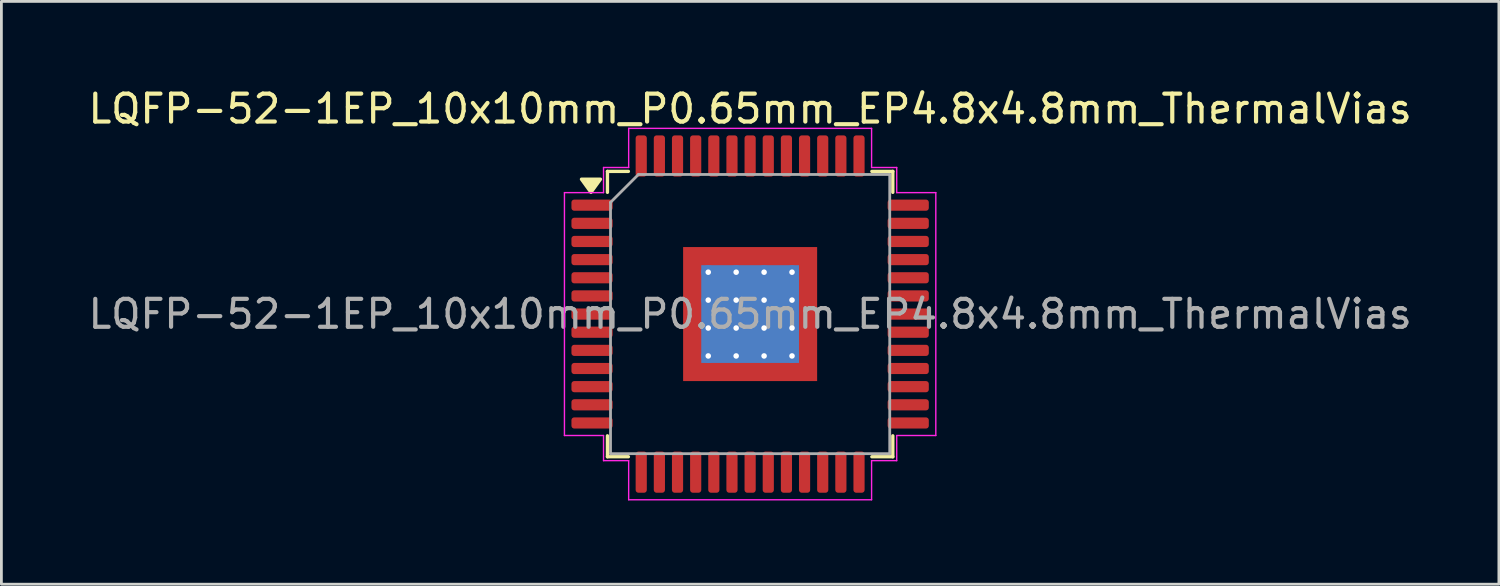
<source format=kicad_pcb>
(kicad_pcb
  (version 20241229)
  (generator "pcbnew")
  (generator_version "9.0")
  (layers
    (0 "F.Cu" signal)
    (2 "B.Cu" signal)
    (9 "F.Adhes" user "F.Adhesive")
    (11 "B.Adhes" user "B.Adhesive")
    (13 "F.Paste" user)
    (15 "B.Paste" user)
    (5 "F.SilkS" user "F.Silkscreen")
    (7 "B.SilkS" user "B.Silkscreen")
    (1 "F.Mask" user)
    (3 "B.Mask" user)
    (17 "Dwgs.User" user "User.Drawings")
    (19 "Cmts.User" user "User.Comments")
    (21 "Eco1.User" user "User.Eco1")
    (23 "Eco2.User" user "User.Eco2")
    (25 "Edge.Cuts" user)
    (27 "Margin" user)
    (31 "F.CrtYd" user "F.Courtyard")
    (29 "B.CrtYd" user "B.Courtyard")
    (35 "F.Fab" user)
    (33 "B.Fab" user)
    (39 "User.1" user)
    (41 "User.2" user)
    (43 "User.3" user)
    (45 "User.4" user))
  (footprint "LQFP-52-1EP_10x10mm_P0.65mm_EP4.8x4.8mm_ThermalVias"
    (layer "F.Cu")
    (at 23.815 8.198)
    (property "Reference" "LQFP-52-1EP_10x10mm_P0.65mm_EP4.8x4.8mm_ThermalVias" (at 0 -7.35 0) (layer "F.SilkS") (effects (font (size 1 1) (thickness 0.15))))
    (attr smd)
    (fp_line (start -5.11 -5.11) (end -5.11 -4.36) (stroke (width 0.12) (type solid)) (layer "F.SilkS"))
    (fp_line (start -5.11 5.11) (end -5.11 4.36) (stroke (width 0.12) (type solid)) (layer "F.SilkS"))
    (fp_line (start -4.36 -5.11) (end -5.11 -5.11) (stroke (width 0.12) (type solid)) (layer "F.SilkS"))
    (fp_line (start -4.36 5.11) (end -5.11 5.11) (stroke (width 0.12) (type solid)) (layer "F.SilkS"))
    (fp_line (start 4.36 -5.11) (end 5.11 -5.11) (stroke (width 0.12) (type solid)) (layer "F.SilkS"))
    (fp_line (start 4.36 5.11) (end 5.11 5.11) (stroke (width 0.12) (type solid)) (layer "F.SilkS"))
    (fp_line (start 5.11 -5.11) (end 5.11 -4.36) (stroke (width 0.12) (type solid)) (layer "F.SilkS"))
    (fp_line (start 5.11 5.11) (end 5.11 4.36) (stroke (width 0.12) (type solid)) (layer "F.SilkS"))
    (fp_poly (pts (xy -5.7 -4.36) (xy -6.04 -4.83) (xy -5.36 -4.83)) (stroke (width 0.12) (type solid)) (fill yes) (layer "F.SilkS"))
    (fp_line (start -6.65 -4.35) (end -5.25 -4.35) (stroke (width 0.05) (type solid)) (layer "F.CrtYd"))
    (fp_line (start -6.65 4.35) (end -6.65 -4.35) (stroke (width 0.05) (type solid)) (layer "F.CrtYd"))
    (fp_line (start -5.25 -5.25) (end -4.35 -5.25) (stroke (width 0.05) (type solid)) (layer "F.CrtYd"))
    (fp_line (start -5.25 -4.35) (end -5.25 -5.25) (stroke (width 0.05) (type solid)) (layer "F.CrtYd"))
    (fp_line (start -5.25 4.35) (end -6.65 4.35) (stroke (width 0.05) (type solid)) (layer "F.CrtYd"))
    (fp_line (start -5.25 5.25) (end -5.25 4.35) (stroke (width 0.05) (type solid)) (layer "F.CrtYd"))
    (fp_line (start -4.35 -6.65) (end 4.35 -6.65) (stroke (width 0.05) (type solid)) (layer "F.CrtYd"))
    (fp_line (start -4.35 -5.25) (end -4.35 -6.65) (stroke (width 0.05) (type solid)) (layer "F.CrtYd"))
    (fp_line (start -4.35 5.25) (end -5.25 5.25) (stroke (width 0.05) (type solid)) (layer "F.CrtYd"))
    (fp_line (start -4.35 6.65) (end -4.35 5.25) (stroke (width 0.05) (type solid)) (layer "F.CrtYd"))
    (fp_line (start 4.35 -6.65) (end 4.35 -5.25) (stroke (width 0.05) (type solid)) (layer "F.CrtYd"))
    (fp_line (start 4.35 -5.25) (end 5.25 -5.25) (stroke (width 0.05) (type solid)) (layer "F.CrtYd"))
    (fp_line (start 4.35 5.25) (end 4.35 6.65) (stroke (width 0.05) (type solid)) (layer "F.CrtYd"))
    (fp_line (start 4.35 6.65) (end -4.35 6.65) (stroke (width 0.05) (type solid)) (layer "F.CrtYd"))
    (fp_line (start 5.25 -5.25) (end 5.25 -4.35) (stroke (width 0.05) (type solid)) (layer "F.CrtYd"))
    (fp_line (start 5.25 -4.35) (end 6.65 -4.35) (stroke (width 0.05) (type solid)) (layer "F.CrtYd"))
    (fp_line (start 5.25 4.35) (end 5.25 5.25) (stroke (width 0.05) (type solid)) (layer "F.CrtYd"))
    (fp_line (start 5.25 5.25) (end 4.35 5.25) (stroke (width 0.05) (type solid)) (layer "F.CrtYd"))
    (fp_line (start 6.65 -4.35) (end 6.65 4.35) (stroke (width 0.05) (type solid)) (layer "F.CrtYd"))
    (fp_line (start 6.65 4.35) (end 5.25 4.35) (stroke (width 0.05) (type solid)) (layer "F.CrtYd"))
    (fp_line (start -5 -4) (end -4 -5) (stroke (width 0.1) (type solid)) (layer "F.Fab"))
    (fp_line (start -5 5) (end -5 -4) (stroke (width 0.1) (type solid)) (layer "F.Fab"))
    (fp_line (start -4 -5) (end 5 -5) (stroke (width 0.1) (type solid)) (layer "F.Fab"))
    (fp_line (start 5 -5) (end 5 5) (stroke (width 0.1) (type solid)) (layer "F.Fab"))
    (fp_line (start 5 5) (end -5 5) (stroke (width 0.1) (type solid)) (layer "F.Fab"))
    (fp_text user "${REFERENCE}" (at 0 0 0) (layer "F.Fab") (effects (font (size 1 1) (thickness 0.15))))
    (pad "" smd roundrect (at -1.6 -1.6) (size 1.29 1.29) (layers "F.Paste") (roundrect_rratio 0.194))
    (pad "" smd roundrect (at -1.6 0) (size 1.29 1.29) (layers "F.Paste") (roundrect_rratio 0.194))
    (pad "" smd roundrect (at -1.6 1.6) (size 1.29 1.29) (layers "F.Paste") (roundrect_rratio 0.194))
    (pad "" smd roundrect (at 0 -1.6) (size 1.29 1.29) (layers "F.Paste") (roundrect_rratio 0.194))
    (pad "" smd roundrect (at 0 0) (size 1.29 1.29) (layers "F.Paste") (roundrect_rratio 0.194))
    (pad "" smd roundrect (at 0 1.6) (size 1.29 1.29) (layers "F.Paste") (roundrect_rratio 0.194))
    (pad "" smd roundrect (at 1.6 -1.6) (size 1.29 1.29) (layers "F.Paste") (roundrect_rratio 0.194))
    (pad "" smd roundrect (at 1.6 0) (size 1.29 1.29) (layers "F.Paste") (roundrect_rratio 0.194))
    (pad "" smd roundrect (at 1.6 1.6) (size 1.29 1.29) (layers "F.Paste") (roundrect_rratio 0.194))
    (pad "1" smd roundrect (at -5.662 -3.9) (size 1.475 0.4) (layers "F.Cu" "F.Mask" "F.Paste") (roundrect_rratio 0.25))
    (pad "2" smd roundrect (at -5.662 -3.25) (size 1.475 0.4) (layers "F.Cu" "F.Mask" "F.Paste") (roundrect_rratio 0.25))
    (pad "3" smd roundrect (at -5.662 -2.6) (size 1.475 0.4) (layers "F.Cu" "F.Mask" "F.Paste") (roundrect_rratio 0.25))
    (pad "4" smd roundrect (at -5.662 -1.95) (size 1.475 0.4) (layers "F.Cu" "F.Mask" "F.Paste") (roundrect_rratio 0.25))
    (pad "5" smd roundrect (at -5.662 -1.3) (size 1.475 0.4) (layers "F.Cu" "F.Mask" "F.Paste") (roundrect_rratio 0.25))
    (pad "6" smd roundrect (at -5.662 -0.65) (size 1.475 0.4) (layers "F.Cu" "F.Mask" "F.Paste") (roundrect_rratio 0.25))
    (pad "7" smd roundrect (at -5.662 0) (size 1.475 0.4) (layers "F.Cu" "F.Mask" "F.Paste") (roundrect_rratio 0.25))
    (pad "8" smd roundrect (at -5.662 0.65) (size 1.475 0.4) (layers "F.Cu" "F.Mask" "F.Paste") (roundrect_rratio 0.25))
    (pad "9" smd roundrect (at -5.662 1.3) (size 1.475 0.4) (layers "F.Cu" "F.Mask" "F.Paste") (roundrect_rratio 0.25))
    (pad "10" smd roundrect (at -5.662 1.95) (size 1.475 0.4) (layers "F.Cu" "F.Mask" "F.Paste") (roundrect_rratio 0.25))
    (pad "11" smd roundrect (at -5.662 2.6) (size 1.475 0.4) (layers "F.Cu" "F.Mask" "F.Paste") (roundrect_rratio 0.25))
    (pad "12" smd roundrect (at -5.662 3.25) (size 1.475 0.4) (layers "F.Cu" "F.Mask" "F.Paste") (roundrect_rratio 0.25))
    (pad "13" smd roundrect (at -5.662 3.9) (size 1.475 0.4) (layers "F.Cu" "F.Mask" "F.Paste") (roundrect_rratio 0.25))
    (pad "14" smd roundrect (at -3.9 5.662) (size 0.4 1.475) (layers "F.Cu" "F.Mask" "F.Paste") (roundrect_rratio 0.25))
    (pad "15" smd roundrect (at -3.25 5.662) (size 0.4 1.475) (layers "F.Cu" "F.Mask" "F.Paste") (roundrect_rratio 0.25))
    (pad "16" smd roundrect (at -2.6 5.662) (size 0.4 1.475) (layers "F.Cu" "F.Mask" "F.Paste") (roundrect_rratio 0.25))
    (pad "17" smd roundrect (at -1.95 5.662) (size 0.4 1.475) (layers "F.Cu" "F.Mask" "F.Paste") (roundrect_rratio 0.25))
    (pad "18" smd roundrect (at -1.3 5.662) (size 0.4 1.475) (layers "F.Cu" "F.Mask" "F.Paste") (roundrect_rratio 0.25))
    (pad "19" smd roundrect (at -0.65 5.662) (size 0.4 1.475) (layers "F.Cu" "F.Mask" "F.Paste") (roundrect_rratio 0.25))
    (pad "20" smd roundrect (at 0 5.662) (size 0.4 1.475) (layers "F.Cu" "F.Mask" "F.Paste") (roundrect_rratio 0.25))
    (pad "21" smd roundrect (at 0.65 5.662) (size 0.4 1.475) (layers "F.Cu" "F.Mask" "F.Paste") (roundrect_rratio 0.25))
    (pad "22" smd roundrect (at 1.3 5.662) (size 0.4 1.475) (layers "F.Cu" "F.Mask" "F.Paste") (roundrect_rratio 0.25))
    (pad "23" smd roundrect (at 1.95 5.662) (size 0.4 1.475) (layers "F.Cu" "F.Mask" "F.Paste") (roundrect_rratio 0.25))
    (pad "24" smd roundrect (at 2.6 5.662) (size 0.4 1.475) (layers "F.Cu" "F.Mask" "F.Paste") (roundrect_rratio 0.25))
    (pad "25" smd roundrect (at 3.25 5.662) (size 0.4 1.475) (layers "F.Cu" "F.Mask" "F.Paste") (roundrect_rratio 0.25))
    (pad "26" smd roundrect (at 3.9 5.662) (size 0.4 1.475) (layers "F.Cu" "F.Mask" "F.Paste") (roundrect_rratio 0.25))
    (pad "27" smd roundrect (at 5.662 3.9) (size 1.475 0.4) (layers "F.Cu" "F.Mask" "F.Paste") (roundrect_rratio 0.25))
    (pad "28" smd roundrect (at 5.662 3.25) (size 1.475 0.4) (layers "F.Cu" "F.Mask" "F.Paste") (roundrect_rratio 0.25))
    (pad "29" smd roundrect (at 5.662 2.6) (size 1.475 0.4) (layers "F.Cu" "F.Mask" "F.Paste") (roundrect_rratio 0.25))
    (pad "30" smd roundrect (at 5.662 1.95) (size 1.475 0.4) (layers "F.Cu" "F.Mask" "F.Paste") (roundrect_rratio 0.25))
    (pad "31" smd roundrect (at 5.662 1.3) (size 1.475 0.4) (layers "F.Cu" "F.Mask" "F.Paste") (roundrect_rratio 0.25))
    (pad "32" smd roundrect (at 5.662 0.65) (size 1.475 0.4) (layers "F.Cu" "F.Mask" "F.Paste") (roundrect_rratio 0.25))
    (pad "33" smd roundrect (at 5.662 0) (size 1.475 0.4) (layers "F.Cu" "F.Mask" "F.Paste") (roundrect_rratio 0.25))
    (pad "34" smd roundrect (at 5.662 -0.65) (size 1.475 0.4) (layers "F.Cu" "F.Mask" "F.Paste") (roundrect_rratio 0.25))
    (pad "35" smd roundrect (at 5.662 -1.3) (size 1.475 0.4) (layers "F.Cu" "F.Mask" "F.Paste") (roundrect_rratio 0.25))
    (pad "36" smd roundrect (at 5.662 -1.95) (size 1.475 0.4) (layers "F.Cu" "F.Mask" "F.Paste") (roundrect_rratio 0.25))
    (pad "37" smd roundrect (at 5.662 -2.6) (size 1.475 0.4) (layers "F.Cu" "F.Mask" "F.Paste") (roundrect_rratio 0.25))
    (pad "38" smd roundrect (at 5.662 -3.25) (size 1.475 0.4) (layers "F.Cu" "F.Mask" "F.Paste") (roundrect_rratio 0.25))
    (pad "39" smd roundrect (at 5.662 -3.9) (size 1.475 0.4) (layers "F.Cu" "F.Mask" "F.Paste") (roundrect_rratio 0.25))
    (pad "40" smd roundrect (at 3.9 -5.662) (size 0.4 1.475) (layers "F.Cu" "F.Mask" "F.Paste") (roundrect_rratio 0.25))
    (pad "41" smd roundrect (at 3.25 -5.662) (size 0.4 1.475) (layers "F.Cu" "F.Mask" "F.Paste") (roundrect_rratio 0.25))
    (pad "42" smd roundrect (at 2.6 -5.662) (size 0.4 1.475) (layers "F.Cu" "F.Mask" "F.Paste") (roundrect_rratio 0.25))
    (pad "43" smd roundrect (at 1.95 -5.662) (size 0.4 1.475) (layers "F.Cu" "F.Mask" "F.Paste") (roundrect_rratio 0.25))
    (pad "44" smd roundrect (at 1.3 -5.662) (size 0.4 1.475) (layers "F.Cu" "F.Mask" "F.Paste") (roundrect_rratio 0.25))
    (pad "45" smd roundrect (at 0.65 -5.662) (size 0.4 1.475) (layers "F.Cu" "F.Mask" "F.Paste") (roundrect_rratio 0.25))
    (pad "46" smd roundrect (at 0 -5.662) (size 0.4 1.475) (layers "F.Cu" "F.Mask" "F.Paste") (roundrect_rratio 0.25))
    (pad "47" smd roundrect (at -0.65 -5.662) (size 0.4 1.475) (layers "F.Cu" "F.Mask" "F.Paste") (roundrect_rratio 0.25))
    (pad "48" smd roundrect (at -1.3 -5.662) (size 0.4 1.475) (layers "F.Cu" "F.Mask" "F.Paste") (roundrect_rratio 0.25))
    (pad "49" smd roundrect (at -1.95 -5.662) (size 0.4 1.475) (layers "F.Cu" "F.Mask" "F.Paste") (roundrect_rratio 0.25))
    (pad "50" smd roundrect (at -2.6 -5.662) (size 0.4 1.475) (layers "F.Cu" "F.Mask" "F.Paste") (roundrect_rratio 0.25))
    (pad "51" smd roundrect (at -3.25 -5.662) (size 0.4 1.475) (layers "F.Cu" "F.Mask" "F.Paste") (roundrect_rratio 0.25))
    (pad "52" smd roundrect (at -3.9 -5.662) (size 0.4 1.475) (layers "F.Cu" "F.Mask" "F.Paste") (roundrect_rratio 0.25))
    (pad "53" thru_hole circle (at -1.5 -1.5) (size 0.5 0.5) (drill 0.2) (property pad_prop_heatsink) (layers "*.Cu"))
    (pad "53" thru_hole circle (at -1.5 -0.5) (size 0.5 0.5) (drill 0.2) (property pad_prop_heatsink) (layers "*.Cu"))
    (pad "53" thru_hole circle (at -1.5 0.5) (size 0.5 0.5) (drill 0.2) (property pad_prop_heatsink) (layers "*.Cu"))
    (pad "53" thru_hole circle (at -1.5 1.5) (size 0.5 0.5) (drill 0.2) (property pad_prop_heatsink) (layers "*.Cu"))
    (pad "53" thru_hole circle (at -0.5 -1.5) (size 0.5 0.5) (drill 0.2) (property pad_prop_heatsink) (layers "*.Cu"))
    (pad "53" thru_hole circle (at -0.5 -0.5) (size 0.5 0.5) (drill 0.2) (property pad_prop_heatsink) (layers "*.Cu"))
    (pad "53" thru_hole circle (at -0.5 0.5) (size 0.5 0.5) (drill 0.2) (property pad_prop_heatsink) (layers "*.Cu"))
    (pad "53" thru_hole circle (at -0.5 1.5) (size 0.5 0.5) (drill 0.2) (property pad_prop_heatsink) (layers "*.Cu"))
    (pad "53" smd rect (at 0 0) (size 3.5 3.5) (property pad_prop_heatsink) (layers "B.Cu"))
    (pad "53" smd rect (at 0 0) (size 4.8 4.8) (property pad_prop_heatsink) (layers "F.Cu" "F.Mask"))
    (pad "53" thru_hole circle (at 0.5 -1.5) (size 0.5 0.5) (drill 0.2) (property pad_prop_heatsink) (layers "*.Cu"))
    (pad "53" thru_hole circle (at 0.5 -0.5) (size 0.5 0.5) (drill 0.2) (property pad_prop_heatsink) (layers "*.Cu"))
    (pad "53" thru_hole circle (at 0.5 0.5) (size 0.5 0.5) (drill 0.2) (property pad_prop_heatsink) (layers "*.Cu"))
    (pad "53" thru_hole circle (at 0.5 1.5) (size 0.5 0.5) (drill 0.2) (property pad_prop_heatsink) (layers "*.Cu"))
    (pad "53" thru_hole circle (at 1.5 -1.5) (size 0.5 0.5) (drill 0.2) (property pad_prop_heatsink) (layers "*.Cu"))
    (pad "53" thru_hole circle (at 1.5 -0.5) (size 0.5 0.5) (drill 0.2) (property pad_prop_heatsink) (layers "*.Cu"))
    (pad "53" thru_hole circle (at 1.5 0.5) (size 0.5 0.5) (drill 0.2) (property pad_prop_heatsink) (layers "*.Cu"))
    (pad "53" thru_hole circle (at 1.5 1.5) (size 0.5 0.5) (drill 0.2) (property pad_prop_heatsink) (layers "*.Cu")))
  (gr_rect
    (start -3 -3)
    (end 50.631 17.873)
    (stroke (width 0.1) (type default))
    (fill no)
    (layer "Edge.Cuts")))
</source>
